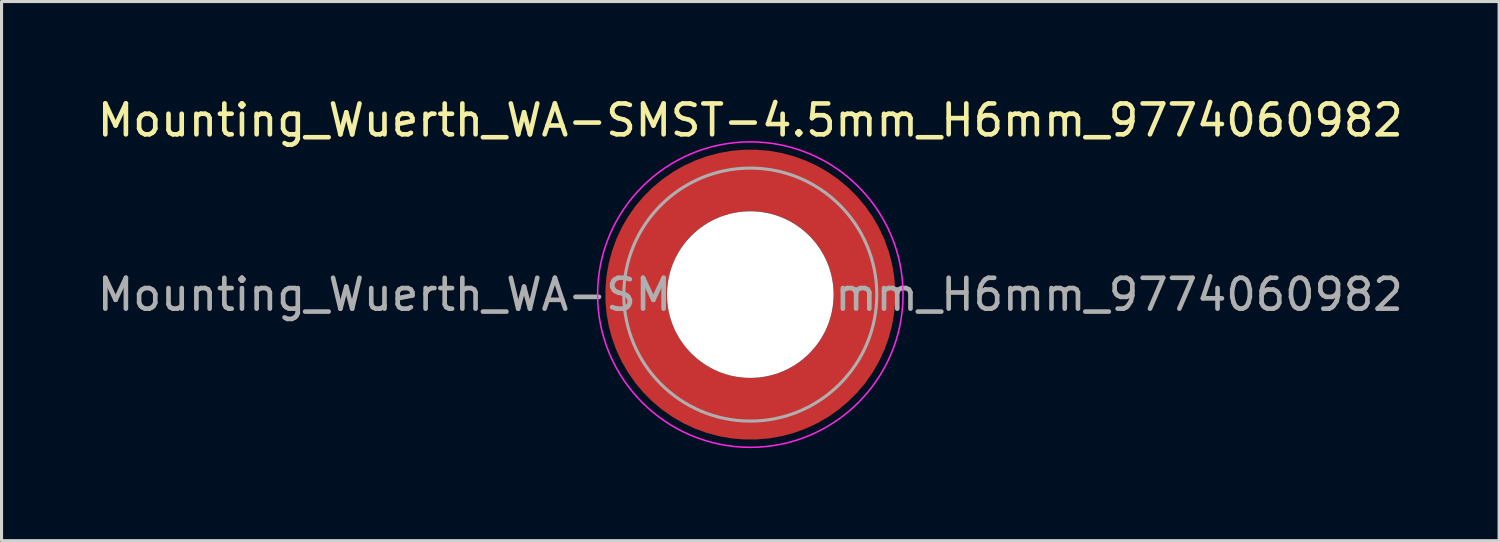
<source format=kicad_pcb>
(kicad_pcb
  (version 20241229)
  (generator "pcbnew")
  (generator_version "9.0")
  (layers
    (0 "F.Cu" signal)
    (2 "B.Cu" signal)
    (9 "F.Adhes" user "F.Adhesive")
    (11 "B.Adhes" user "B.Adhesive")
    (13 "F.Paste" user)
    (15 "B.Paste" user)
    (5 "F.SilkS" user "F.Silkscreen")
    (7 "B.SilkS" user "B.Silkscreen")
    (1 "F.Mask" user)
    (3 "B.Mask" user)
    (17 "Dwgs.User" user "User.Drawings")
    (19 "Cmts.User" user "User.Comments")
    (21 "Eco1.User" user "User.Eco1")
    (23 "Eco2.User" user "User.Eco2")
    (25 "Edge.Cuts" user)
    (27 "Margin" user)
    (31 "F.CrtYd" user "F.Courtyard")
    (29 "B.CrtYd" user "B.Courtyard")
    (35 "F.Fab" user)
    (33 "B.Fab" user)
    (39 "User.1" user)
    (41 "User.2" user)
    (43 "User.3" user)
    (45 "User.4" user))
  (footprint "Mounting_Wuerth_WA-SMST-4.5mm_H6mm_9774060982"
    (layer "F.Cu")
    (at 21.268 6.498)
    (property "Reference" "Mounting_Wuerth_WA-SMST-4.5mm_H6mm_9774060982" (at 0 -5.65 0) (layer "F.SilkS") (effects (font (size 1 1) (thickness 0.15))))
    (attr smd)
    (fp_circle (center 0 0) (end 4.95 0) (stroke (width 0.05) (type solid)) (fill no) (layer "F.CrtYd"))
    (fp_circle (center 0 0) (end 4.1 0) (stroke (width 0.1) (type solid)) (fill no) (layer "F.Fab"))
    (fp_text user "${REFERENCE}" (at 0 0 0) (layer "F.Fab") (effects (font (size 1 1) (thickness 0.15))))
    (pad "" smd custom (at -2.607 -2.607) (size 1.495 1.495) (layers "F.Paste") (options (anchor circle)) (primitives (gr_arc (start -0.188183 2.107456) (mid 0.599273 0.599273) (end 2.107456 -0.188183) (width 0.2)) (gr_arc (start -0.289416 2.107456) (mid 0.52877 0.52877) (end 2.107456 -0.289416) (width 0.2)) (gr_arc (start -0.390547 2.107456) (mid 0.458268 0.458268) (end 2.107456 -0.390547) (width 0.2)) (gr_arc (start -0.491585 2.107456) (mid 0.387765 0.387765) (end 2.107456 -0.491585) (width 0.2)) (gr_arc (start -0.59254 2.107456) (mid 0.317262 0.317262) (end 2.107456 -0.59254) (width 0.2)) (gr_arc (start -0.693419 2.107456) (mid 0.24676 0.24676) (end 2.107456 -0.693419) (width 0.2)) (gr_arc (start -0.794229 2.107456) (mid 0.176257 0.176257) (end 2.107456 -0.794229) (width 0.2)) (gr_arc (start -0.894975 2.107456) (mid 0.105754 0.105754) (end 2.107456 -0.894975) (width 0.2)) (gr_arc (start -0.995664 2.107456) (mid 0.035251 0.035251) (end 2.107456 -0.995664) (width 0.2)) (gr_arc (start -1.0963 2.107456) (mid -0.035252 -0.035252) (end 2.107456 -1.0963) (width 0.2)) (gr_arc (start -1.196886 2.107456) (mid -0.105754 -0.105754) (end 2.107456 -1.196886) (width 0.2)) (gr_arc (start -1.297427 2.107456) (mid -0.176257 -0.176257) (end 2.107456 -1.297427) (width 0.2)) (gr_arc (start -1.397927 2.107456) (mid -0.24676 -0.24676) (end 2.107456 -1.397927) (width 0.2)) (gr_arc (start -1.498388 2.107456) (mid -0.317262 -0.317262) (end 2.107456 -1.498388) (width 0.2)) (gr_arc (start -1.598813 2.107456) (mid -0.387765 -0.387765) (end 2.107456 -1.598813) (width 0.2)) (gr_arc (start -1.699204 2.107456) (mid -0.458267 -0.458267) (end 2.107456 -1.699204) (width 0.2)) (gr_arc (start -1.799565 2.107456) (mid -0.528771 -0.528771) (end 2.107456 -1.799565) (width 0.2)) (gr_arc (start -1.899896 2.107456) (mid -0.599273 -0.599273) (end 2.107456 -1.899896) (width 0.2)) (gr_arc (start -1.899896 2.107456) (mid -0.599273 -0.599273) (end 2.107456 -1.899896) (width 0.2)) (gr_line (start 2.107 -0.188) (end 2.107 -1.9) (width 0.2)) (gr_line (start -0.188 2.107) (end -1.9 2.107) (width 0.2))))
    (pad "" smd custom (at -2.607 2.607) (size 1.495 1.495) (layers "F.Paste") (options (anchor circle)) (primitives (gr_arc (start 2.107456 0.188183) (mid 0.599273 -0.599273) (end -0.188183 -2.107456) (width 0.2)) (gr_arc (start 2.107456 0.289416) (mid 0.52877 -0.52877) (end -0.289416 -2.107456) (width 0.2)) (gr_arc (start 2.107456 0.390547) (mid 0.458268 -0.458268) (end -0.390547 -2.107456) (width 0.2)) (gr_arc (start 2.107456 0.491585) (mid 0.387765 -0.387765) (end -0.491585 -2.107456) (width 0.2)) (gr_arc (start 2.107456 0.59254) (mid 0.317262 -0.317262) (end -0.59254 -2.107456) (width 0.2)) (gr_arc (start 2.107456 0.693419) (mid 0.24676 -0.24676) (end -0.693419 -2.107456) (width 0.2)) (gr_arc (start 2.107456 0.794229) (mid 0.176257 -0.176257) (end -0.794229 -2.107456) (width 0.2)) (gr_arc (start 2.107456 0.894975) (mid 0.105754 -0.105754) (end -0.894975 -2.107456) (width 0.2)) (gr_arc (start 2.107456 0.995664) (mid 0.035251 -0.035251) (end -0.995664 -2.107456) (width 0.2)) (gr_arc (start 2.107456 1.0963) (mid -0.035252 0.035252) (end -1.0963 -2.107456) (width 0.2)) (gr_arc (start 2.107456 1.196886) (mid -0.105754 0.105754) (end -1.196886 -2.107456) (width 0.2)) (gr_arc (start 2.107456 1.297427) (mid -0.176257 0.176257) (end -1.297427 -2.107456) (width 0.2)) (gr_arc (start 2.107456 1.397927) (mid -0.24676 0.24676) (end -1.397927 -2.107456) (width 0.2)) (gr_arc (start 2.107456 1.498388) (mid -0.317262 0.317262) (end -1.498388 -2.107456) (width 0.2)) (gr_arc (start 2.107456 1.598813) (mid -0.387765 0.387765) (end -1.598813 -2.107456) (width 0.2)) (gr_arc (start 2.107456 1.699204) (mid -0.458267 0.458267) (end -1.699204 -2.107456) (width 0.2)) (gr_arc (start 2.107456 1.799565) (mid -0.528771 0.528771) (end -1.799565 -2.107456) (width 0.2)) (gr_arc (start 2.107456 1.899896) (mid -0.599273 0.599273) (end -1.899896 -2.107456) (width 0.2)) (gr_arc (start 2.107456 1.899896) (mid -0.599273 0.599273) (end -1.899896 -2.107456) (width 0.2)) (gr_line (start -0.188 -2.107) (end -1.9 -2.107) (width 0.2)) (gr_line (start 2.107 0.188) (end 2.107 1.9) (width 0.2))))
    (pad "" np_thru_hole circle (at 0 0) (size 5.4 5.4) (drill 5.4) (layers "*.Cu" "*.Mask"))
    (pad "" smd custom (at 2.607 -2.607) (size 1.495 1.495) (layers "F.Paste") (options (anchor circle)) (primitives (gr_arc (start -2.107456 -0.188183) (mid -0.599273 0.599273) (end 0.188183 2.107456) (width 0.2)) (gr_arc (start -2.107456 -0.289416) (mid -0.52877 0.52877) (end 0.289416 2.107456) (width 0.2)) (gr_arc (start -2.107456 -0.390547) (mid -0.458268 0.458268) (end 0.390547 2.107456) (width 0.2)) (gr_arc (start -2.107456 -0.491585) (mid -0.387765 0.387765) (end 0.491585 2.107456) (width 0.2)) (gr_arc (start -2.107456 -0.59254) (mid -0.317262 0.317262) (end 0.59254 2.107456) (width 0.2)) (gr_arc (start -2.107456 -0.693419) (mid -0.24676 0.24676) (end 0.693419 2.107456) (width 0.2)) (gr_arc (start -2.107456 -0.794229) (mid -0.176257 0.176257) (end 0.794229 2.107456) (width 0.2)) (gr_arc (start -2.107456 -0.894975) (mid -0.105754 0.105754) (end 0.894975 2.107456) (width 0.2)) (gr_arc (start -2.107456 -0.995664) (mid -0.035251 0.035251) (end 0.995664 2.107456) (width 0.2)) (gr_arc (start -2.107456 -1.0963) (mid 0.035252 -0.035252) (end 1.0963 2.107456) (width 0.2)) (gr_arc (start -2.107456 -1.196886) (mid 0.105754 -0.105754) (end 1.196886 2.107456) (width 0.2)) (gr_arc (start -2.107456 -1.297427) (mid 0.176257 -0.176257) (end 1.297427 2.107456) (width 0.2)) (gr_arc (start -2.107456 -1.397927) (mid 0.24676 -0.24676) (end 1.397927 2.107456) (width 0.2)) (gr_arc (start -2.107456 -1.498388) (mid 0.317262 -0.317262) (end 1.498388 2.107456) (width 0.2)) (gr_arc (start -2.107456 -1.598813) (mid 0.387765 -0.387765) (end 1.598813 2.107456) (width 0.2)) (gr_arc (start -2.107456 -1.699204) (mid 0.458267 -0.458267) (end 1.699204 2.107456) (width 0.2)) (gr_arc (start -2.107456 -1.799565) (mid 0.528771 -0.528771) (end 1.799565 2.107456) (width 0.2)) (gr_arc (start -2.107456 -1.899896) (mid 0.599273 -0.599273) (end 1.899896 2.107456) (width 0.2)) (gr_arc (start -2.107456 -1.899896) (mid 0.599273 -0.599273) (end 1.899896 2.107456) (width 0.2)) (gr_line (start 0.188 2.107) (end 1.9 2.107) (width 0.2)) (gr_line (start -2.107 -0.188) (end -2.107 -1.9) (width 0.2))))
    (pad "" smd custom (at 2.607 2.607) (size 1.495 1.495) (layers "F.Paste") (options (anchor circle)) (primitives (gr_arc (start 0.188183 -2.107456) (mid -0.599273 -0.599273) (end -2.107456 0.188183) (width 0.2)) (gr_arc (start 0.289416 -2.107456) (mid -0.52877 -0.52877) (end -2.107456 0.289416) (width 0.2)) (gr_arc (start 0.390547 -2.107456) (mid -0.458268 -0.458268) (end -2.107456 0.390547) (width 0.2)) (gr_arc (start 0.491585 -2.107456) (mid -0.387765 -0.387765) (end -2.107456 0.491585) (width 0.2)) (gr_arc (start 0.59254 -2.107456) (mid -0.317262 -0.317262) (end -2.107456 0.59254) (width 0.2)) (gr_arc (start 0.693419 -2.107456) (mid -0.24676 -0.24676) (end -2.107456 0.693419) (width 0.2)) (gr_arc (start 0.794229 -2.107456) (mid -0.176257 -0.176257) (end -2.107456 0.794229) (width 0.2)) (gr_arc (start 0.894975 -2.107456) (mid -0.105754 -0.105754) (end -2.107456 0.894975) (width 0.2)) (gr_arc (start 0.995664 -2.107456) (mid -0.035251 -0.035251) (end -2.107456 0.995664) (width 0.2)) (gr_arc (start 1.0963 -2.107456) (mid 0.035252 0.035252) (end -2.107456 1.0963) (width 0.2)) (gr_arc (start 1.196886 -2.107456) (mid 0.105754 0.105754) (end -2.107456 1.196886) (width 0.2)) (gr_arc (start 1.297427 -2.107456) (mid 0.176257 0.176257) (end -2.107456 1.297427) (width 0.2)) (gr_arc (start 1.397927 -2.107456) (mid 0.24676 0.24676) (end -2.107456 1.397927) (width 0.2)) (gr_arc (start 1.498388 -2.107456) (mid 0.317262 0.317262) (end -2.107456 1.498388) (width 0.2)) (gr_arc (start 1.598813 -2.107456) (mid 0.387765 0.387765) (end -2.107456 1.598813) (width 0.2)) (gr_arc (start 1.699204 -2.107456) (mid 0.458267 0.458267) (end -2.107456 1.699204) (width 0.2)) (gr_arc (start 1.799565 -2.107456) (mid 0.528771 0.528771) (end -2.107456 1.799565) (width 0.2)) (gr_arc (start 1.899896 -2.107456) (mid 0.599273 0.599273) (end -2.107456 1.899896) (width 0.2)) (gr_arc (start 1.899896 -2.107456) (mid 0.599273 0.599273) (end -2.107456 1.899896) (width 0.2)) (gr_line (start -2.107 0.188) (end -2.107 1.9) (width 0.2)) (gr_line (start 0.188 -2.107) (end 1.9 -2.107) (width 0.2))))
    (pad "1" smd circle (at -3.7 0) (size 1.6 1.6) (layers "F.Cu"))
    (pad "1" smd circle (at 0 -3.7) (size 1.6 1.6) (layers "F.Cu"))
    (pad "1" smd circle (at 0 3.7) (size 1.6 1.6) (layers "F.Cu"))
    (pad "1" smd custom (at 3.7 0) (size 1.6 1.6) (layers "F.Cu" "F.Mask") (options (anchor circle)) (primitives (gr_circle (center -3.7 0) (end 0 0) (width 2) (fill no)))))
  (gr_rect
    (start -3 -3)
    (end 45.536 14.473)
    (stroke (width 0.1) (type default))
    (fill no)
    (layer "Edge.Cuts")))
</source>
